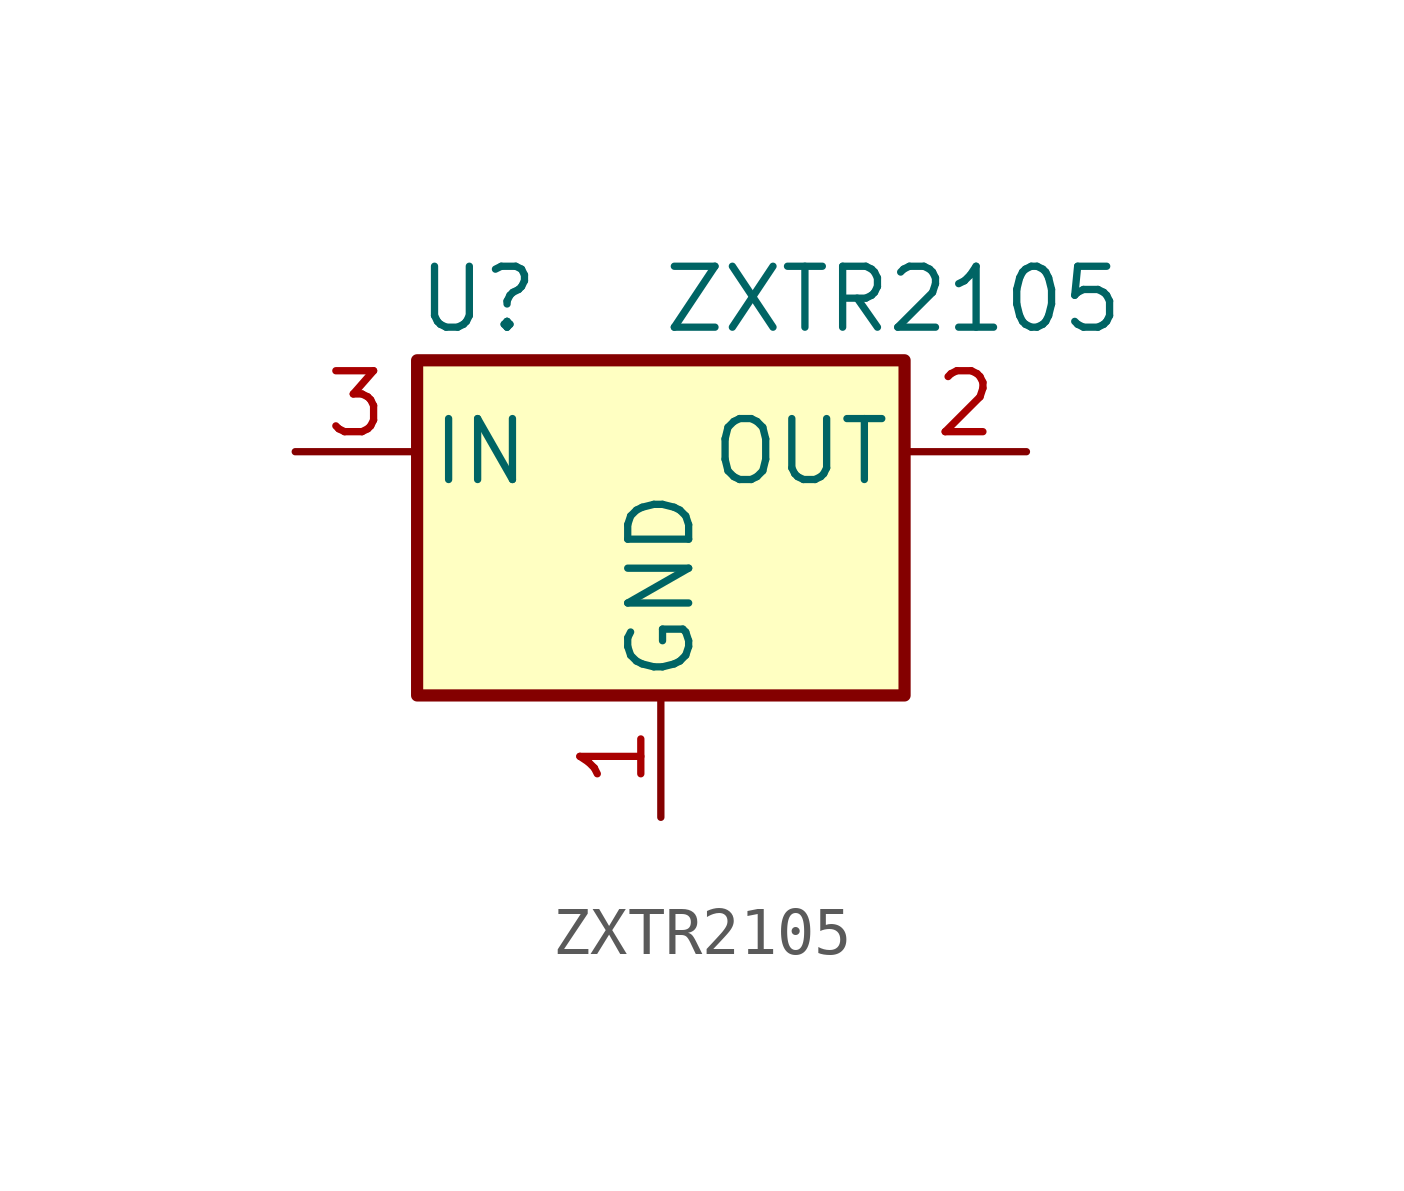
<source format=kicad_sym>
(kicad_symbol_lib
  (version 20211014)
  (generator kicad_symbol_editor)
  (symbol "ZXTR2105"
    (pin_names
      (offset 0.254))
    (property "Reference" "U"
      (at -3.81 3.175 0)
      (effects (font (size 1.27 1.27))))
    (property "Value" "ZXTR2105"
      (at 0 3.175 0)
      (effects (font (size 1.27 1.27)) (justify left)))
    (symbol "ZXTR2105_0_1"
      (rectangle (start -5.08 1.905) (end 5.08 -5.08) (stroke (width 0.254) (type default) (color 0 0 0 0)) (fill (type background))))
    (symbol "ZXTR2105_1_1"
      (pin power_in line (at 0 -7.62 90) (length 2.54) (name "GND" (effects (font (size 1.27 1.27)))) (number "1" (effects (font (size 1.27 1.27)))))
      (pin power_out line (at 7.62 0 180) (length 2.54) (name "OUT" (effects (font (size 1.27 1.27)))) (number "2" (effects (font (size 1.27 1.27)))))
      (pin power_in line (at -7.62 0 0) (length 2.54) (name "IN" (effects (font (size 1.27 1.27)))) (number "3" (effects (font (size 1.27 1.27))))))))
</source>
